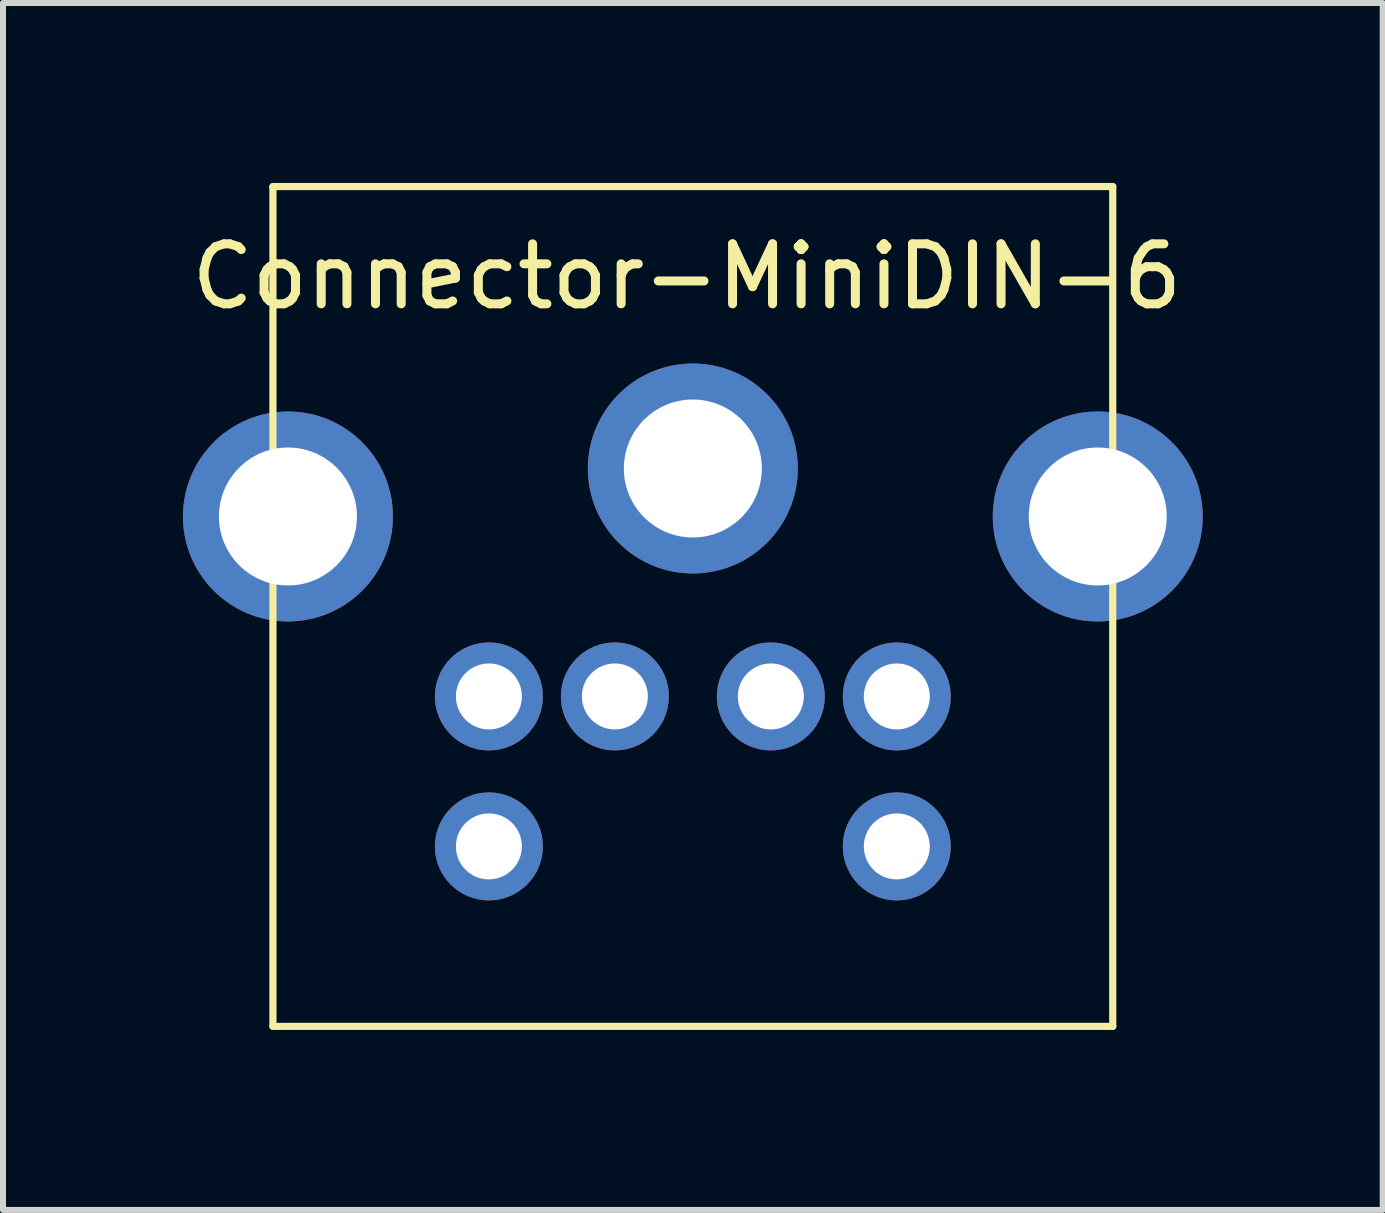
<source format=kicad_pcb>
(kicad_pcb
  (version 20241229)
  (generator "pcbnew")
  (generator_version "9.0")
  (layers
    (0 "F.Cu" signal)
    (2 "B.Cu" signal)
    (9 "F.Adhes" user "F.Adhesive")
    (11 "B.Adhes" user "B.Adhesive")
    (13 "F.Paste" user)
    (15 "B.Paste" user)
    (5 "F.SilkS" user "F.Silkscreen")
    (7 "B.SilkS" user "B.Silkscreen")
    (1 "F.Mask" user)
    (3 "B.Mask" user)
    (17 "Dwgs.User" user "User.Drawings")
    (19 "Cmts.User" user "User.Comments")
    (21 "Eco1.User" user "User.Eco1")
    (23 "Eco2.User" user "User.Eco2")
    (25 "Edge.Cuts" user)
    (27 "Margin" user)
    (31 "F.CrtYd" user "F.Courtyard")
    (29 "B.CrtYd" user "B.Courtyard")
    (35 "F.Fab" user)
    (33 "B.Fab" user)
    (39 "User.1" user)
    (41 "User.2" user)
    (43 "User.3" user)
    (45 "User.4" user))
  (footprint "Connector-MiniDIN-6"
    (layer "F.Cu")
    (at 8.5 5.56)
    (property "Reference" "Connector-MiniDIN-6" (at -0.1 -4 0) (layer "F.SilkS") (effects (font (size 1 1) (thickness 0.15))))
    (attr through_hole)
    (fp_line (start -7 -5.5) (end 7 -5.5) (stroke (width 0.12) (type solid)) (layer "F.SilkS"))
    (fp_line (start -7 8.5) (end -7 -5.5) (stroke (width 0.12) (type solid)) (layer "F.SilkS"))
    (fp_line (start 7 -5.5) (end 7 8.5) (stroke (width 0.12) (type solid)) (layer "F.SilkS"))
    (fp_line (start 7 8.5) (end -7 8.5) (stroke (width 0.12) (type solid)) (layer "F.SilkS"))
    (pad "" thru_hole circle (at -6.75 0) (size 3.5 3.5) (drill 2.3) (layers "*.Cu" "*.Mask"))
    (pad "" thru_hole circle (at 0 -0.8) (size 3.5 3.5) (drill 2.3) (layers "*.Cu" "*.Mask"))
    (pad "" thru_hole circle (at 6.75 0) (size 3.5 3.5) (drill 2.3) (layers "*.Cu" "*.Mask"))
    (pad "1" thru_hole circle (at -1.3 3) (size 1.8 1.8) (drill 1.1) (layers "*.Cu" "*.Mask"))
    (pad "2" thru_hole circle (at 1.3 3) (size 1.8 1.8) (drill 1.1) (layers "*.Cu" "*.Mask"))
    (pad "3" thru_hole circle (at -3.4 3) (size 1.8 1.8) (drill 1.1) (layers "*.Cu" "*.Mask"))
    (pad "4" thru_hole circle (at 3.4 3) (size 1.8 1.8) (drill 1.1) (layers "*.Cu" "*.Mask"))
    (pad "5" thru_hole circle (at -3.4 5.5) (size 1.8 1.8) (drill 1.1) (layers "*.Cu" "*.Mask"))
    (pad "6" thru_hole circle (at 3.4 5.5) (size 1.8 1.8) (drill 1.1) (layers "*.Cu" "*.Mask")))
  (gr_rect
    (start -3 -3)
    (end 20 17.12)
    (stroke (width 0.1) (type default))
    (fill no)
    (layer "Edge.Cuts")))
</source>
